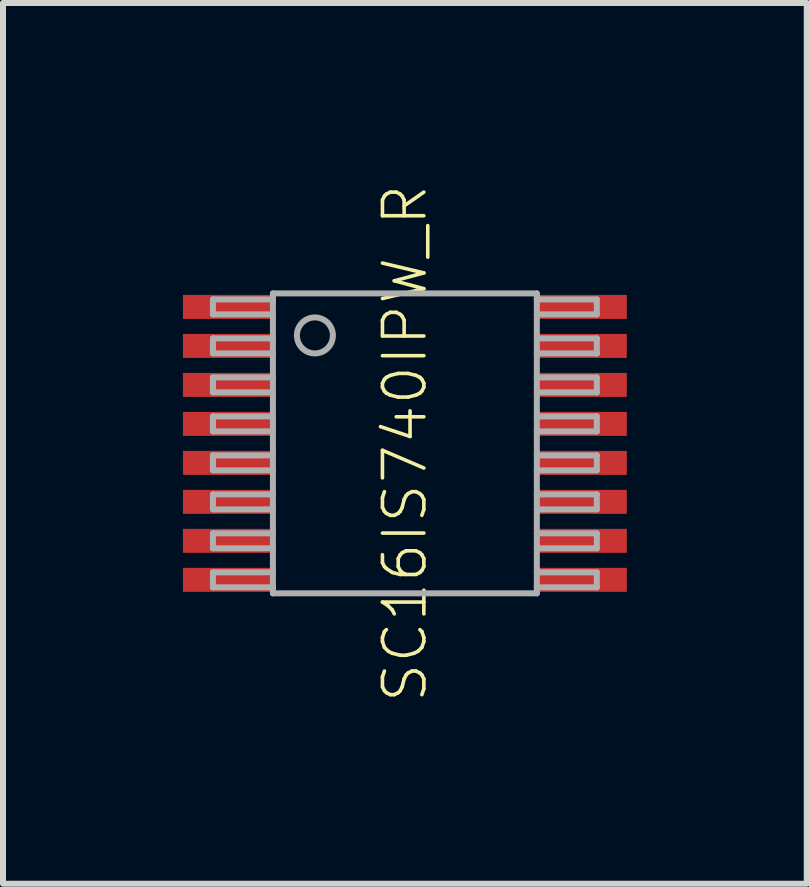
<source format=kicad_pcb>
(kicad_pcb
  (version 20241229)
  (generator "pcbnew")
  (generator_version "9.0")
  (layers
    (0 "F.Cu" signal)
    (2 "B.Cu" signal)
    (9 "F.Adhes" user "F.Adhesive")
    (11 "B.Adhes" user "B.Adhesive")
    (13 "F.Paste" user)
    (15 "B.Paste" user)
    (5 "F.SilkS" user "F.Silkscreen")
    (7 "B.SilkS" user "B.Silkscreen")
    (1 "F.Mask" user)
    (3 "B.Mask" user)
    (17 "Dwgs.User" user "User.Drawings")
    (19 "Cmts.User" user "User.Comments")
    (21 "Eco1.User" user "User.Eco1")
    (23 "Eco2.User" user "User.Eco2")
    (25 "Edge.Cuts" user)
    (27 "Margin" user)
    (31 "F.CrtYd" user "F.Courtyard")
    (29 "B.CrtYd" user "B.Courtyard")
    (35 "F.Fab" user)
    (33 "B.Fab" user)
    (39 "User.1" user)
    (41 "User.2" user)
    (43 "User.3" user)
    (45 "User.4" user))
  (footprint "SC16IS740IPW_R"
    (layer "F.Cu")
    (at 3.7 4.342)
    (property "Reference" "SC16IS740IPW_R" (at 0 0 90) (unlocked yes) (layer "F.SilkS") (effects (font (size 0.69 0.69) (thickness 0.06))))
    (fp_poly (pts (xy -2.2 -2.075) (xy -3.7 -2.075) (xy -3.7 -2.475) (xy -2.2 -2.475)) (stroke (width 0) (type default)) (fill yes) (layer "F.Paste"))
    (fp_poly (pts (xy -2.2 -1.425) (xy -3.7 -1.425) (xy -3.7 -1.825) (xy -2.2 -1.825)) (stroke (width 0) (type default)) (fill yes) (layer "F.Paste"))
    (fp_poly (pts (xy -2.2 -0.775) (xy -3.7 -0.775) (xy -3.7 -1.175) (xy -2.2 -1.175)) (stroke (width 0) (type default)) (fill yes) (layer "F.Paste"))
    (fp_poly (pts (xy -2.2 -0.125) (xy -3.7 -0.125) (xy -3.7 -0.525) (xy -2.2 -0.525)) (stroke (width 0) (type default)) (fill yes) (layer "F.Paste"))
    (fp_poly (pts (xy -2.2 0.525) (xy -3.7 0.525) (xy -3.7 0.125) (xy -2.2 0.125)) (stroke (width 0) (type default)) (fill yes) (layer "F.Paste"))
    (fp_poly (pts (xy -2.2 1.175) (xy -3.7 1.175) (xy -3.7 0.775) (xy -2.2 0.775)) (stroke (width 0) (type default)) (fill yes) (layer "F.Paste"))
    (fp_poly (pts (xy -2.2 1.825) (xy -3.7 1.825) (xy -3.7 1.425) (xy -2.2 1.425)) (stroke (width 0) (type default)) (fill yes) (layer "F.Paste"))
    (fp_poly (pts (xy -2.2 2.475) (xy -3.7 2.475) (xy -3.7 2.075) (xy -2.2 2.075)) (stroke (width 0) (type default)) (fill yes) (layer "F.Paste"))
    (fp_poly (pts (xy 3.7 -2.075) (xy 2.2 -2.075) (xy 2.2 -2.475) (xy 3.7 -2.475)) (stroke (width 0) (type default)) (fill yes) (layer "F.Paste"))
    (fp_poly (pts (xy 3.7 -1.425) (xy 2.2 -1.425) (xy 2.2 -1.825) (xy 3.7 -1.825)) (stroke (width 0) (type default)) (fill yes) (layer "F.Paste"))
    (fp_poly (pts (xy 3.7 -0.775) (xy 2.2 -0.775) (xy 2.2 -1.175) (xy 3.7 -1.175)) (stroke (width 0) (type default)) (fill yes) (layer "F.Paste"))
    (fp_poly (pts (xy 3.7 -0.125) (xy 2.2 -0.125) (xy 2.2 -0.525) (xy 3.7 -0.525)) (stroke (width 0) (type default)) (fill yes) (layer "F.Paste"))
    (fp_poly (pts (xy 3.7 0.525) (xy 2.2 0.525) (xy 2.2 0.125) (xy 3.7 0.125)) (stroke (width 0) (type default)) (fill yes) (layer "F.Paste"))
    (fp_poly (pts (xy 3.7 1.175) (xy 2.2 1.175) (xy 2.2 0.775) (xy 3.7 0.775)) (stroke (width 0) (type default)) (fill yes) (layer "F.Paste"))
    (fp_poly (pts (xy 3.7 1.825) (xy 2.2 1.825) (xy 2.2 1.425) (xy 3.7 1.425)) (stroke (width 0) (type default)) (fill yes) (layer "F.Paste"))
    (fp_poly (pts (xy 3.7 2.475) (xy 2.2 2.475) (xy 2.2 2.075) (xy 3.7 2.075)) (stroke (width 0) (type default)) (fill yes) (layer "F.Paste"))
    (fp_line (start -3.2 -2.4) (end -3.2 -2.15) (stroke (width 0.1) (type solid)) (layer "F.Fab"))
    (fp_line (start -3.2 -2.15) (end -2.2 -2.15) (stroke (width 0.1) (type solid)) (layer "F.Fab"))
    (fp_line (start -3.2 -1.75) (end -3.2 -1.5) (stroke (width 0.1) (type solid)) (layer "F.Fab"))
    (fp_line (start -3.2 -1.5) (end -2.2 -1.5) (stroke (width 0.1) (type solid)) (layer "F.Fab"))
    (fp_line (start -3.2 -1.1) (end -3.2 -0.85) (stroke (width 0.1) (type solid)) (layer "F.Fab"))
    (fp_line (start -3.2 -0.85) (end -2.2 -0.85) (stroke (width 0.1) (type solid)) (layer "F.Fab"))
    (fp_line (start -3.2 -0.45) (end -3.2 -0.2) (stroke (width 0.1) (type solid)) (layer "F.Fab"))
    (fp_line (start -3.2 -0.2) (end -2.2 -0.2) (stroke (width 0.1) (type solid)) (layer "F.Fab"))
    (fp_line (start -3.2 0.2) (end -3.2 0.45) (stroke (width 0.1) (type solid)) (layer "F.Fab"))
    (fp_line (start -3.2 0.45) (end -2.2 0.45) (stroke (width 0.1) (type solid)) (layer "F.Fab"))
    (fp_line (start -3.2 0.85) (end -3.2 1.1) (stroke (width 0.1) (type solid)) (layer "F.Fab"))
    (fp_line (start -3.2 1.1) (end -2.2 1.1) (stroke (width 0.1) (type solid)) (layer "F.Fab"))
    (fp_line (start -3.2 1.5) (end -3.2 1.75) (stroke (width 0.1) (type solid)) (layer "F.Fab"))
    (fp_line (start -3.2 1.75) (end -2.2 1.75) (stroke (width 0.1) (type solid)) (layer "F.Fab"))
    (fp_line (start -3.2 2.15) (end -3.2 2.4) (stroke (width 0.1) (type solid)) (layer "F.Fab"))
    (fp_line (start -3.2 2.4) (end -2.2 2.4) (stroke (width 0.1) (type solid)) (layer "F.Fab"))
    (fp_line (start -2.2 -2.5) (end 2.2 -2.5) (stroke (width 0.1) (type solid)) (layer "F.Fab"))
    (fp_line (start -2.2 -2.4) (end -3.2 -2.4) (stroke (width 0.1) (type solid)) (layer "F.Fab"))
    (fp_line (start -2.2 -2.4) (end -2.2 -2.5) (stroke (width 0.1) (type solid)) (layer "F.Fab"))
    (fp_line (start -2.2 -2.15) (end -2.2 -2.4) (stroke (width 0.1) (type solid)) (layer "F.Fab"))
    (fp_line (start -2.2 -1.75) (end -3.2 -1.75) (stroke (width 0.1) (type solid)) (layer "F.Fab"))
    (fp_line (start -2.2 -1.75) (end -2.2 -2.15) (stroke (width 0.1) (type solid)) (layer "F.Fab"))
    (fp_line (start -2.2 -1.5) (end -2.2 -1.75) (stroke (width 0.1) (type solid)) (layer "F.Fab"))
    (fp_line (start -2.2 -1.1) (end -3.2 -1.1) (stroke (width 0.1) (type solid)) (layer "F.Fab"))
    (fp_line (start -2.2 -1.1) (end -2.2 -1.5) (stroke (width 0.1) (type solid)) (layer "F.Fab"))
    (fp_line (start -2.2 -0.85) (end -2.2 -1.1) (stroke (width 0.1) (type solid)) (layer "F.Fab"))
    (fp_line (start -2.2 -0.45) (end -3.2 -0.45) (stroke (width 0.1) (type solid)) (layer "F.Fab"))
    (fp_line (start -2.2 -0.45) (end -2.2 -0.85) (stroke (width 0.1) (type solid)) (layer "F.Fab"))
    (fp_line (start -2.2 -0.2) (end -2.2 -0.45) (stroke (width 0.1) (type solid)) (layer "F.Fab"))
    (fp_line (start -2.2 0.2) (end -3.2 0.2) (stroke (width 0.1) (type solid)) (layer "F.Fab"))
    (fp_line (start -2.2 0.2) (end -2.2 -0.2) (stroke (width 0.1) (type solid)) (layer "F.Fab"))
    (fp_line (start -2.2 0.45) (end -2.2 0.2) (stroke (width 0.1) (type solid)) (layer "F.Fab"))
    (fp_line (start -2.2 0.85) (end -3.2 0.85) (stroke (width 0.1) (type solid)) (layer "F.Fab"))
    (fp_line (start -2.2 0.85) (end -2.2 0.45) (stroke (width 0.1) (type solid)) (layer "F.Fab"))
    (fp_line (start -2.2 1.1) (end -2.2 0.85) (stroke (width 0.1) (type solid)) (layer "F.Fab"))
    (fp_line (start -2.2 1.5) (end -3.2 1.5) (stroke (width 0.1) (type solid)) (layer "F.Fab"))
    (fp_line (start -2.2 1.5) (end -2.2 1.1) (stroke (width 0.1) (type solid)) (layer "F.Fab"))
    (fp_line (start -2.2 1.75) (end -2.2 1.5) (stroke (width 0.1) (type solid)) (layer "F.Fab"))
    (fp_line (start -2.2 2.15) (end -3.2 2.15) (stroke (width 0.1) (type solid)) (layer "F.Fab"))
    (fp_line (start -2.2 2.15) (end -2.2 1.75) (stroke (width 0.1) (type solid)) (layer "F.Fab"))
    (fp_line (start -2.2 2.4) (end -2.2 2.15) (stroke (width 0.1) (type solid)) (layer "F.Fab"))
    (fp_line (start -2.2 2.5) (end -2.2 2.4) (stroke (width 0.1) (type solid)) (layer "F.Fab"))
    (fp_line (start 2.2 -2.5) (end 2.2 -2.4) (stroke (width 0.1) (type solid)) (layer "F.Fab"))
    (fp_line (start 2.2 -2.4) (end 2.2 -2.15) (stroke (width 0.1) (type solid)) (layer "F.Fab"))
    (fp_line (start 2.2 -2.15) (end 2.2 -1.75) (stroke (width 0.1) (type solid)) (layer "F.Fab"))
    (fp_line (start 2.2 -2.15) (end 3.2 -2.15) (stroke (width 0.1) (type solid)) (layer "F.Fab"))
    (fp_line (start 2.2 -1.75) (end 2.2 -1.5) (stroke (width 0.1) (type solid)) (layer "F.Fab"))
    (fp_line (start 2.2 -1.5) (end 2.2 -1.1) (stroke (width 0.1) (type solid)) (layer "F.Fab"))
    (fp_line (start 2.2 -1.5) (end 3.2 -1.5) (stroke (width 0.1) (type solid)) (layer "F.Fab"))
    (fp_line (start 2.2 -1.1) (end 2.2 -0.85) (stroke (width 0.1) (type solid)) (layer "F.Fab"))
    (fp_line (start 2.2 -0.85) (end 2.2 -0.45) (stroke (width 0.1) (type solid)) (layer "F.Fab"))
    (fp_line (start 2.2 -0.85) (end 3.2 -0.85) (stroke (width 0.1) (type solid)) (layer "F.Fab"))
    (fp_line (start 2.2 -0.45) (end 2.2 -0.2) (stroke (width 0.1) (type solid)) (layer "F.Fab"))
    (fp_line (start 2.2 -0.2) (end 2.2 0.2) (stroke (width 0.1) (type solid)) (layer "F.Fab"))
    (fp_line (start 2.2 -0.2) (end 3.2 -0.2) (stroke (width 0.1) (type solid)) (layer "F.Fab"))
    (fp_line (start 2.2 0.2) (end 2.2 0.45) (stroke (width 0.1) (type solid)) (layer "F.Fab"))
    (fp_line (start 2.2 0.45) (end 2.2 0.85) (stroke (width 0.1) (type solid)) (layer "F.Fab"))
    (fp_line (start 2.2 0.45) (end 3.2 0.45) (stroke (width 0.1) (type solid)) (layer "F.Fab"))
    (fp_line (start 2.2 0.85) (end 2.2 1.1) (stroke (width 0.1) (type solid)) (layer "F.Fab"))
    (fp_line (start 2.2 1.1) (end 2.2 1.5) (stroke (width 0.1) (type solid)) (layer "F.Fab"))
    (fp_line (start 2.2 1.1) (end 3.2 1.1) (stroke (width 0.1) (type solid)) (layer "F.Fab"))
    (fp_line (start 2.2 1.5) (end 2.2 1.75) (stroke (width 0.1) (type solid)) (layer "F.Fab"))
    (fp_line (start 2.2 1.75) (end 2.2 2.15) (stroke (width 0.1) (type solid)) (layer "F.Fab"))
    (fp_line (start 2.2 1.75) (end 3.2 1.75) (stroke (width 0.1) (type solid)) (layer "F.Fab"))
    (fp_line (start 2.2 2.15) (end 2.2 2.4) (stroke (width 0.1) (type solid)) (layer "F.Fab"))
    (fp_line (start 2.2 2.4) (end 2.2 2.5) (stroke (width 0.1) (type solid)) (layer "F.Fab"))
    (fp_line (start 2.2 2.4) (end 3.2 2.4) (stroke (width 0.1) (type solid)) (layer "F.Fab"))
    (fp_line (start 2.2 2.5) (end -2.2 2.5) (stroke (width 0.1) (type solid)) (layer "F.Fab"))
    (fp_line (start 3.2 -2.4) (end 2.2 -2.4) (stroke (width 0.1) (type solid)) (layer "F.Fab"))
    (fp_line (start 3.2 -2.15) (end 3.2 -2.4) (stroke (width 0.1) (type solid)) (layer "F.Fab"))
    (fp_line (start 3.2 -1.75) (end 2.2 -1.75) (stroke (width 0.1) (type solid)) (layer "F.Fab"))
    (fp_line (start 3.2 -1.5) (end 3.2 -1.75) (stroke (width 0.1) (type solid)) (layer "F.Fab"))
    (fp_line (start 3.2 -1.1) (end 2.2 -1.1) (stroke (width 0.1) (type solid)) (layer "F.Fab"))
    (fp_line (start 3.2 -0.85) (end 3.2 -1.1) (stroke (width 0.1) (type solid)) (layer "F.Fab"))
    (fp_line (start 3.2 -0.45) (end 2.2 -0.45) (stroke (width 0.1) (type solid)) (layer "F.Fab"))
    (fp_line (start 3.2 -0.2) (end 3.2 -0.45) (stroke (width 0.1) (type solid)) (layer "F.Fab"))
    (fp_line (start 3.2 0.2) (end 2.2 0.2) (stroke (width 0.1) (type solid)) (layer "F.Fab"))
    (fp_line (start 3.2 0.45) (end 3.2 0.2) (stroke (width 0.1) (type solid)) (layer "F.Fab"))
    (fp_line (start 3.2 0.85) (end 2.2 0.85) (stroke (width 0.1) (type solid)) (layer "F.Fab"))
    (fp_line (start 3.2 1.1) (end 3.2 0.85) (stroke (width 0.1) (type solid)) (layer "F.Fab"))
    (fp_line (start 3.2 1.5) (end 2.2 1.5) (stroke (width 0.1) (type solid)) (layer "F.Fab"))
    (fp_line (start 3.2 1.75) (end 3.2 1.5) (stroke (width 0.1) (type solid)) (layer "F.Fab"))
    (fp_line (start 3.2 2.15) (end 2.2 2.15) (stroke (width 0.1) (type solid)) (layer "F.Fab"))
    (fp_line (start 3.2 2.4) (end 3.2 2.15) (stroke (width 0.1) (type solid)) (layer "F.Fab"))
    (fp_circle (center -1.5 -1.8) (end -1.2 -1.8) (stroke (width 0.1) (type solid)) (fill no) (layer "F.Fab"))
    (pad "1" smd rect (at -2.95 -2.275) (size 1.5 0.4) (layers "F.Cu" "F.Mask"))
    (pad "2" smd rect (at -2.95 -1.625) (size 1.5 0.4) (layers "F.Cu" "F.Mask"))
    (pad "3" smd rect (at -2.95 -0.975) (size 1.5 0.4) (layers "F.Cu" "F.Mask"))
    (pad "4" smd rect (at -2.95 -0.325) (size 1.5 0.4) (layers "F.Cu" "F.Mask"))
    (pad "5" smd rect (at -2.95 0.325) (size 1.5 0.4) (layers "F.Cu" "F.Mask"))
    (pad "6" smd rect (at -2.95 0.975) (size 1.5 0.4) (layers "F.Cu" "F.Mask"))
    (pad "7" smd rect (at -2.95 1.625) (size 1.5 0.4) (layers "F.Cu" "F.Mask"))
    (pad "8" smd rect (at -2.95 2.275) (size 1.5 0.4) (layers "F.Cu" "F.Mask"))
    (pad "9" smd rect (at 2.95 2.275) (size 1.5 0.4) (layers "F.Cu" "F.Mask"))
    (pad "10" smd rect (at 2.95 1.625) (size 1.5 0.4) (layers "F.Cu" "F.Mask"))
    (pad "11" smd rect (at 2.95 0.975) (size 1.5 0.4) (layers "F.Cu" "F.Mask"))
    (pad "12" smd rect (at 2.95 0.325) (size 1.5 0.4) (layers "F.Cu" "F.Mask"))
    (pad "13" smd rect (at 2.95 -0.325) (size 1.5 0.4) (layers "F.Cu" "F.Mask"))
    (pad "14" smd rect (at 2.95 -0.975) (size 1.5 0.4) (layers "F.Cu" "F.Mask"))
    (pad "15" smd rect (at 2.95 -1.625) (size 1.5 0.4) (layers "F.Cu" "F.Mask"))
    (pad "16" smd rect (at 2.95 -2.275) (size 1.5 0.4) (layers "F.Cu" "F.Mask")))
  (gr_rect
    (start -3 -3)
    (end 10.4 11.683)
    (stroke (width 0.1) (type default))
    (fill no)
    (layer "Edge.Cuts")))
</source>
